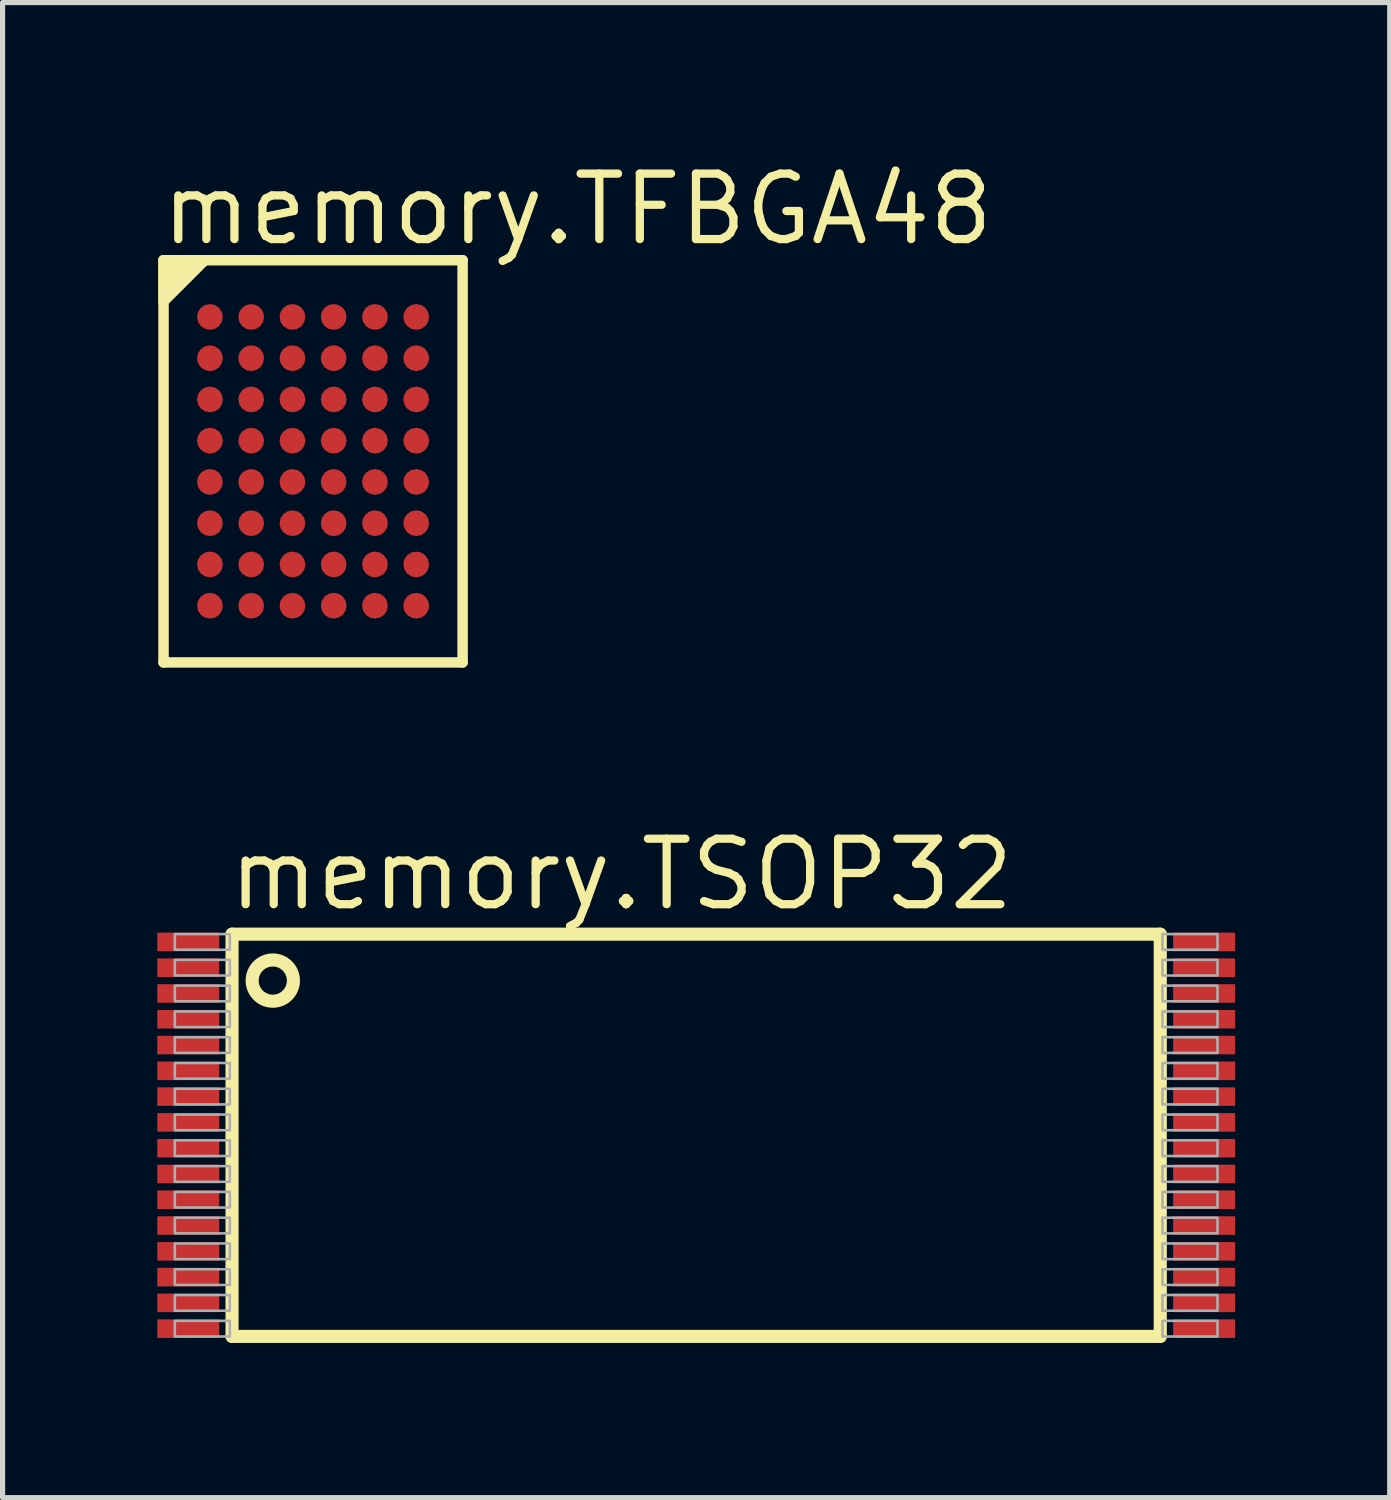
<source format=kicad_pcb>
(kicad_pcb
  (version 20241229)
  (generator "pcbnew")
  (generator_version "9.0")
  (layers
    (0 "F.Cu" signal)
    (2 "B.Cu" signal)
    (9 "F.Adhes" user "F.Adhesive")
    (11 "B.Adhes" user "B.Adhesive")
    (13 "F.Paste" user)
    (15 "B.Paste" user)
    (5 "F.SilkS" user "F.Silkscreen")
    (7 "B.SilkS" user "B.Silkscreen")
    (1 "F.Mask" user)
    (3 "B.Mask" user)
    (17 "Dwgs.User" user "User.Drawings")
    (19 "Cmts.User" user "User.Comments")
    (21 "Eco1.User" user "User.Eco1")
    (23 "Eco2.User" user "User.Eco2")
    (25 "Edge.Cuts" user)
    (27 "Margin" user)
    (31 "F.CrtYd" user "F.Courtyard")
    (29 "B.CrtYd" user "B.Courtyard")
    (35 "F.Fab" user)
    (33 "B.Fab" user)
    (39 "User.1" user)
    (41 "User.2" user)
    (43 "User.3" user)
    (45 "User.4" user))
  (footprint "memory.TFBGA48"
    (layer "F.Cu")
    (at 3.021 5.896)
    (property "Reference" "memory.TFBGA48" (at -3.021 -4.146 0) (layer "F.SilkS") (effects (font (size 1.27 1.27) (thickness 0.16)) (justify left bottom)))
    (attr smd)
    (fp_circle (center -2 -2.8) (end -1.775 -2.8) (stroke (width 0.1) (type default)) (fill no) (layer "F.Mask"))
    (fp_circle (center -2 -2) (end -1.775 -2) (stroke (width 0.1) (type default)) (fill no) (layer "F.Mask"))
    (fp_circle (center -2 -1.2) (end -1.775 -1.2) (stroke (width 0.1) (type default)) (fill no) (layer "F.Mask"))
    (fp_circle (center -2 -0.4) (end -1.775 -0.4) (stroke (width 0.1) (type default)) (fill no) (layer "F.Mask"))
    (fp_circle (center -2 0.4) (end -1.775 0.4) (stroke (width 0.1) (type default)) (fill no) (layer "F.Mask"))
    (fp_circle (center -2 1.2) (end -1.775 1.2) (stroke (width 0.1) (type default)) (fill no) (layer "F.Mask"))
    (fp_circle (center -2 2) (end -1.775 2) (stroke (width 0.1) (type default)) (fill no) (layer "F.Mask"))
    (fp_circle (center -2 2.8) (end -1.775 2.8) (stroke (width 0.1) (type default)) (fill no) (layer "F.Mask"))
    (fp_circle (center -1.2 -2.8) (end -0.975 -2.8) (stroke (width 0.1) (type default)) (fill no) (layer "F.Mask"))
    (fp_circle (center -1.2 -2) (end -0.975 -2) (stroke (width 0.1) (type default)) (fill no) (layer "F.Mask"))
    (fp_circle (center -1.2 -1.2) (end -0.975 -1.2) (stroke (width 0.1) (type default)) (fill no) (layer "F.Mask"))
    (fp_circle (center -1.2 -0.4) (end -0.975 -0.4) (stroke (width 0.1) (type default)) (fill no) (layer "F.Mask"))
    (fp_circle (center -1.2 0.4) (end -0.975 0.4) (stroke (width 0.1) (type default)) (fill no) (layer "F.Mask"))
    (fp_circle (center -1.2 1.2) (end -0.975 1.2) (stroke (width 0.1) (type default)) (fill no) (layer "F.Mask"))
    (fp_circle (center -1.2 2) (end -0.975 2) (stroke (width 0.1) (type default)) (fill no) (layer "F.Mask"))
    (fp_circle (center -1.2 2.8) (end -0.975 2.8) (stroke (width 0.1) (type default)) (fill no) (layer "F.Mask"))
    (fp_circle (center -0.4 -2.8) (end -0.175 -2.8) (stroke (width 0.1) (type default)) (fill no) (layer "F.Mask"))
    (fp_circle (center -0.4 -2) (end -0.175 -2) (stroke (width 0.1) (type default)) (fill no) (layer "F.Mask"))
    (fp_circle (center -0.4 -1.2) (end -0.175 -1.2) (stroke (width 0.1) (type default)) (fill no) (layer "F.Mask"))
    (fp_circle (center -0.4 -0.4) (end -0.175 -0.4) (stroke (width 0.1) (type default)) (fill no) (layer "F.Mask"))
    (fp_circle (center -0.4 0.4) (end -0.175 0.4) (stroke (width 0.1) (type default)) (fill no) (layer "F.Mask"))
    (fp_circle (center -0.4 1.2) (end -0.175 1.2) (stroke (width 0.1) (type default)) (fill no) (layer "F.Mask"))
    (fp_circle (center -0.4 2) (end -0.175 2) (stroke (width 0.1) (type default)) (fill no) (layer "F.Mask"))
    (fp_circle (center -0.4 2.8) (end -0.175 2.8) (stroke (width 0.1) (type default)) (fill no) (layer "F.Mask"))
    (fp_circle (center 0.4 -2.8) (end 0.625 -2.8) (stroke (width 0.1) (type default)) (fill no) (layer "F.Mask"))
    (fp_circle (center 0.4 -2) (end 0.625 -2) (stroke (width 0.1) (type default)) (fill no) (layer "F.Mask"))
    (fp_circle (center 0.4 -1.2) (end 0.625 -1.2) (stroke (width 0.1) (type default)) (fill no) (layer "F.Mask"))
    (fp_circle (center 0.4 -0.4) (end 0.625 -0.4) (stroke (width 0.1) (type default)) (fill no) (layer "F.Mask"))
    (fp_circle (center 0.4 0.4) (end 0.625 0.4) (stroke (width 0.1) (type default)) (fill no) (layer "F.Mask"))
    (fp_circle (center 0.4 1.2) (end 0.625 1.2) (stroke (width 0.1) (type default)) (fill no) (layer "F.Mask"))
    (fp_circle (center 0.4 2) (end 0.625 2) (stroke (width 0.1) (type default)) (fill no) (layer "F.Mask"))
    (fp_circle (center 0.4 2.8) (end 0.625 2.8) (stroke (width 0.1) (type default)) (fill no) (layer "F.Mask"))
    (fp_circle (center 1.2 -2.8) (end 1.425 -2.8) (stroke (width 0.1) (type default)) (fill no) (layer "F.Mask"))
    (fp_circle (center 1.2 -2) (end 1.425 -2) (stroke (width 0.1) (type default)) (fill no) (layer "F.Mask"))
    (fp_circle (center 1.2 -1.2) (end 1.425 -1.2) (stroke (width 0.1) (type default)) (fill no) (layer "F.Mask"))
    (fp_circle (center 1.2 -0.4) (end 1.425 -0.4) (stroke (width 0.1) (type default)) (fill no) (layer "F.Mask"))
    (fp_circle (center 1.2 0.4) (end 1.425 0.4) (stroke (width 0.1) (type default)) (fill no) (layer "F.Mask"))
    (fp_circle (center 1.2 1.2) (end 1.425 1.2) (stroke (width 0.1) (type default)) (fill no) (layer "F.Mask"))
    (fp_circle (center 1.2 2) (end 1.425 2) (stroke (width 0.1) (type default)) (fill no) (layer "F.Mask"))
    (fp_circle (center 1.2 2.8) (end 1.425 2.8) (stroke (width 0.1) (type default)) (fill no) (layer "F.Mask"))
    (fp_circle (center 2 -2.8) (end 2.225 -2.8) (stroke (width 0.1) (type default)) (fill no) (layer "F.Mask"))
    (fp_circle (center 2 -2) (end 2.225 -2) (stroke (width 0.1) (type default)) (fill no) (layer "F.Mask"))
    (fp_circle (center 2 -1.2) (end 2.225 -1.2) (stroke (width 0.1) (type default)) (fill no) (layer "F.Mask"))
    (fp_circle (center 2 -0.4) (end 2.225 -0.4) (stroke (width 0.1) (type default)) (fill no) (layer "F.Mask"))
    (fp_circle (center 2 0.4) (end 2.225 0.4) (stroke (width 0.1) (type default)) (fill no) (layer "F.Mask"))
    (fp_circle (center 2 1.2) (end 2.225 1.2) (stroke (width 0.1) (type default)) (fill no) (layer "F.Mask"))
    (fp_circle (center 2 2) (end 2.225 2) (stroke (width 0.1) (type default)) (fill no) (layer "F.Mask"))
    (fp_circle (center 2 2.8) (end 2.225 2.8) (stroke (width 0.1) (type default)) (fill no) (layer "F.Mask"))
    (fp_line (start -2.9 -3.9) (end 2.9 -3.9) (stroke (width 0.203) (type default)) (layer "F.SilkS"))
    (fp_line (start -2.9 3.9) (end -2.9 -3.9) (stroke (width 0.203) (type default)) (layer "F.SilkS"))
    (fp_line (start 2.9 -3.9) (end 2.9 3.9) (stroke (width 0.203) (type default)) (layer "F.SilkS"))
    (fp_line (start 2.9 3.9) (end -2.9 3.9) (stroke (width 0.203) (type default)) (layer "F.SilkS"))
    (fp_poly (pts (xy -2.9 -3.1) (xy -2.1 -3.9) (xy -2.9 -3.9)) (stroke (width 0.203) (type default)) (fill yes) (layer "F.SilkS"))
    (pad "A1" smd roundrect (at -2 -2.8) (size 0.5 0.5) (layers "F.Cu" "F.Mask" "F.Paste") (roundrect_rratio 0.5))
    (pad "A2" smd roundrect (at -1.2 -2.8) (size 0.5 0.5) (layers "F.Cu" "F.Mask" "F.Paste") (roundrect_rratio 0.5))
    (pad "A3" smd roundrect (at -0.4 -2.8) (size 0.5 0.5) (layers "F.Cu" "F.Mask" "F.Paste") (roundrect_rratio 0.5))
    (pad "A4" smd roundrect (at 0.4 -2.8) (size 0.5 0.5) (layers "F.Cu" "F.Mask" "F.Paste") (roundrect_rratio 0.5))
    (pad "A5" smd roundrect (at 1.2 -2.8) (size 0.5 0.5) (layers "F.Cu" "F.Mask" "F.Paste") (roundrect_rratio 0.5))
    (pad "A6" smd roundrect (at 2 -2.8) (size 0.5 0.5) (layers "F.Cu" "F.Mask" "F.Paste") (roundrect_rratio 0.5))
    (pad "B1" smd roundrect (at -2 -2) (size 0.5 0.5) (layers "F.Cu" "F.Mask" "F.Paste") (roundrect_rratio 0.5))
    (pad "B2" smd roundrect (at -1.2 -2) (size 0.5 0.5) (layers "F.Cu" "F.Mask" "F.Paste") (roundrect_rratio 0.5))
    (pad "B3" smd roundrect (at -0.4 -2) (size 0.5 0.5) (layers "F.Cu" "F.Mask" "F.Paste") (roundrect_rratio 0.5))
    (pad "B4" smd roundrect (at 0.4 -2) (size 0.5 0.5) (layers "F.Cu" "F.Mask" "F.Paste") (roundrect_rratio 0.5))
    (pad "B5" smd roundrect (at 1.2 -2) (size 0.5 0.5) (layers "F.Cu" "F.Mask" "F.Paste") (roundrect_rratio 0.5))
    (pad "B6" smd roundrect (at 2 -2) (size 0.5 0.5) (layers "F.Cu" "F.Mask" "F.Paste") (roundrect_rratio 0.5))
    (pad "C1" smd roundrect (at -2 -1.2) (size 0.5 0.5) (layers "F.Cu" "F.Mask" "F.Paste") (roundrect_rratio 0.5))
    (pad "C2" smd roundrect (at -1.2 -1.2) (size 0.5 0.5) (layers "F.Cu" "F.Mask" "F.Paste") (roundrect_rratio 0.5))
    (pad "C3" smd roundrect (at -0.4 -1.2) (size 0.5 0.5) (layers "F.Cu" "F.Mask" "F.Paste") (roundrect_rratio 0.5))
    (pad "C4" smd roundrect (at 0.4 -1.2) (size 0.5 0.5) (layers "F.Cu" "F.Mask" "F.Paste") (roundrect_rratio 0.5))
    (pad "C5" smd roundrect (at 1.2 -1.2) (size 0.5 0.5) (layers "F.Cu" "F.Mask" "F.Paste") (roundrect_rratio 0.5))
    (pad "C6" smd roundrect (at 2 -1.2) (size 0.5 0.5) (layers "F.Cu" "F.Mask" "F.Paste") (roundrect_rratio 0.5))
    (pad "D1" smd roundrect (at -2 -0.4) (size 0.5 0.5) (layers "F.Cu" "F.Mask" "F.Paste") (roundrect_rratio 0.5))
    (pad "D2" smd roundrect (at -1.2 -0.4) (size 0.5 0.5) (layers "F.Cu" "F.Mask" "F.Paste") (roundrect_rratio 0.5))
    (pad "D3" smd roundrect (at -0.4 -0.4) (size 0.5 0.5) (layers "F.Cu" "F.Mask" "F.Paste") (roundrect_rratio 0.5))
    (pad "D4" smd roundrect (at 0.4 -0.4) (size 0.5 0.5) (layers "F.Cu" "F.Mask" "F.Paste") (roundrect_rratio 0.5))
    (pad "D5" smd roundrect (at 1.2 -0.4) (size 0.5 0.5) (layers "F.Cu" "F.Mask" "F.Paste") (roundrect_rratio 0.5))
    (pad "D6" smd roundrect (at 2 -0.4) (size 0.5 0.5) (layers "F.Cu" "F.Mask" "F.Paste") (roundrect_rratio 0.5))
    (pad "E1" smd roundrect (at -2 0.4) (size 0.5 0.5) (layers "F.Cu" "F.Mask" "F.Paste") (roundrect_rratio 0.5))
    (pad "E2" smd roundrect (at -1.2 0.4) (size 0.5 0.5) (layers "F.Cu" "F.Mask" "F.Paste") (roundrect_rratio 0.5))
    (pad "E3" smd roundrect (at -0.4 0.4) (size 0.5 0.5) (layers "F.Cu" "F.Mask" "F.Paste") (roundrect_rratio 0.5))
    (pad "E4" smd roundrect (at 0.4 0.4) (size 0.5 0.5) (layers "F.Cu" "F.Mask" "F.Paste") (roundrect_rratio 0.5))
    (pad "E5" smd roundrect (at 1.2 0.4) (size 0.5 0.5) (layers "F.Cu" "F.Mask" "F.Paste") (roundrect_rratio 0.5))
    (pad "E6" smd roundrect (at 2 0.4) (size 0.5 0.5) (layers "F.Cu" "F.Mask" "F.Paste") (roundrect_rratio 0.5))
    (pad "F1" smd roundrect (at -2 1.2) (size 0.5 0.5) (layers "F.Cu" "F.Mask" "F.Paste") (roundrect_rratio 0.5))
    (pad "F2" smd roundrect (at -1.2 1.2) (size 0.5 0.5) (layers "F.Cu" "F.Mask" "F.Paste") (roundrect_rratio 0.5))
    (pad "F3" smd roundrect (at -0.4 1.2) (size 0.5 0.5) (layers "F.Cu" "F.Mask" "F.Paste") (roundrect_rratio 0.5))
    (pad "F4" smd roundrect (at 0.4 1.2) (size 0.5 0.5) (layers "F.Cu" "F.Mask" "F.Paste") (roundrect_rratio 0.5))
    (pad "F5" smd roundrect (at 1.2 1.2) (size 0.5 0.5) (layers "F.Cu" "F.Mask" "F.Paste") (roundrect_rratio 0.5))
    (pad "F6" smd roundrect (at 2 1.2) (size 0.5 0.5) (layers "F.Cu" "F.Mask" "F.Paste") (roundrect_rratio 0.5))
    (pad "G1" smd roundrect (at -2 2) (size 0.5 0.5) (layers "F.Cu" "F.Mask" "F.Paste") (roundrect_rratio 0.5))
    (pad "G2" smd roundrect (at -1.2 2) (size 0.5 0.5) (layers "F.Cu" "F.Mask" "F.Paste") (roundrect_rratio 0.5))
    (pad "G3" smd roundrect (at -0.4 2) (size 0.5 0.5) (layers "F.Cu" "F.Mask" "F.Paste") (roundrect_rratio 0.5))
    (pad "G4" smd roundrect (at 0.4 2) (size 0.5 0.5) (layers "F.Cu" "F.Mask" "F.Paste") (roundrect_rratio 0.5))
    (pad "G5" smd roundrect (at 1.2 2) (size 0.5 0.5) (layers "F.Cu" "F.Mask" "F.Paste") (roundrect_rratio 0.5))
    (pad "G6" smd roundrect (at 2 2) (size 0.5 0.5) (layers "F.Cu" "F.Mask" "F.Paste") (roundrect_rratio 0.5))
    (pad "H1" smd roundrect (at -2 2.8) (size 0.5 0.5) (layers "F.Cu" "F.Mask" "F.Paste") (roundrect_rratio 0.5))
    (pad "H2" smd roundrect (at -1.2 2.8) (size 0.5 0.5) (layers "F.Cu" "F.Mask" "F.Paste") (roundrect_rratio 0.5))
    (pad "H3" smd roundrect (at -0.4 2.8) (size 0.5 0.5) (layers "F.Cu" "F.Mask" "F.Paste") (roundrect_rratio 0.5))
    (pad "H4" smd roundrect (at 0.4 2.8) (size 0.5 0.5) (layers "F.Cu" "F.Mask" "F.Paste") (roundrect_rratio 0.5))
    (pad "H5" smd roundrect (at 1.2 2.8) (size 0.5 0.5) (layers "F.Cu" "F.Mask" "F.Paste") (roundrect_rratio 0.5))
    (pad "H6" smd roundrect (at 2 2.8) (size 0.5 0.5) (layers "F.Cu" "F.Mask" "F.Paste") (roundrect_rratio 0.5)))
  (footprint "memory.TSOP32"
    (layer "F.Cu")
    (at 10.45 18.966)
    (property "Reference" "memory.TSOP32" (at -9.144 -4.318 0) (layer "F.SilkS") (effects (font (size 1.27 1.27) (thickness 0.16)) (justify left bottom)))
    (attr smd)
    (fp_line (start -9 -3.9) (end 9 -3.9) (stroke (width 0.254) (type default)) (layer "F.SilkS"))
    (fp_line (start -9 3.9) (end -9 -3.9) (stroke (width 0.254) (type default)) (layer "F.SilkS"))
    (fp_line (start 9 -3.9) (end 9 3.9) (stroke (width 0.254) (type default)) (layer "F.SilkS"))
    (fp_line (start 9 3.9) (end -9 3.9) (stroke (width 0.254) (type default)) (layer "F.SilkS"))
    (fp_circle (center -8.21 -3) (end -7.81 -3) (stroke (width 0.254) (type default)) (fill no) (layer "F.SilkS"))
    (fp_rect (start -10.11 -3.598) (end -9.043 -3.902) (stroke (width 0.05) (type default)) (fill no) (layer "F.Fab"))
    (fp_rect (start -10.11 -3.098) (end -9.043 -3.402) (stroke (width 0.05) (type default)) (fill no) (layer "F.Fab"))
    (fp_rect (start -10.11 -2.598) (end -9.043 -2.902) (stroke (width 0.05) (type default)) (fill no) (layer "F.Fab"))
    (fp_rect (start -10.11 -2.098) (end -9.043 -2.402) (stroke (width 0.05) (type default)) (fill no) (layer "F.Fab"))
    (fp_rect (start -10.11 -1.598) (end -9.043 -1.902) (stroke (width 0.05) (type default)) (fill no) (layer "F.Fab"))
    (fp_rect (start -10.11 -1.098) (end -9.043 -1.402) (stroke (width 0.05) (type default)) (fill no) (layer "F.Fab"))
    (fp_rect (start -10.11 -0.598) (end -9.043 -0.902) (stroke (width 0.05) (type default)) (fill no) (layer "F.Fab"))
    (fp_rect (start -10.11 -0.098) (end -9.043 -0.402) (stroke (width 0.05) (type default)) (fill no) (layer "F.Fab"))
    (fp_rect (start -10.11 0.402) (end -9.043 0.098) (stroke (width 0.05) (type default)) (fill no) (layer "F.Fab"))
    (fp_rect (start -10.11 0.902) (end -9.043 0.598) (stroke (width 0.05) (type default)) (fill no) (layer "F.Fab"))
    (fp_rect (start -10.11 1.402) (end -9.043 1.098) (stroke (width 0.05) (type default)) (fill no) (layer "F.Fab"))
    (fp_rect (start -10.11 1.902) (end -9.043 1.598) (stroke (width 0.05) (type default)) (fill no) (layer "F.Fab"))
    (fp_rect (start -10.11 2.402) (end -9.043 2.098) (stroke (width 0.05) (type default)) (fill no) (layer "F.Fab"))
    (fp_rect (start -10.11 2.902) (end -9.043 2.598) (stroke (width 0.05) (type default)) (fill no) (layer "F.Fab"))
    (fp_rect (start -10.11 3.402) (end -9.043 3.098) (stroke (width 0.05) (type default)) (fill no) (layer "F.Fab"))
    (fp_rect (start -10.11 3.902) (end -9.043 3.598) (stroke (width 0.05) (type default)) (fill no) (layer "F.Fab"))
    (fp_rect (start 9.043 -3.598) (end 10.11 -3.902) (stroke (width 0.05) (type default)) (fill no) (layer "F.Fab"))
    (fp_rect (start 9.043 -3.098) (end 10.11 -3.402) (stroke (width 0.05) (type default)) (fill no) (layer "F.Fab"))
    (fp_rect (start 9.043 -2.598) (end 10.11 -2.902) (stroke (width 0.05) (type default)) (fill no) (layer "F.Fab"))
    (fp_rect (start 9.043 -2.098) (end 10.11 -2.402) (stroke (width 0.05) (type default)) (fill no) (layer "F.Fab"))
    (fp_rect (start 9.043 -1.598) (end 10.11 -1.902) (stroke (width 0.05) (type default)) (fill no) (layer "F.Fab"))
    (fp_rect (start 9.043 -1.098) (end 10.11 -1.402) (stroke (width 0.05) (type default)) (fill no) (layer "F.Fab"))
    (fp_rect (start 9.043 -0.598) (end 10.11 -0.902) (stroke (width 0.05) (type default)) (fill no) (layer "F.Fab"))
    (fp_rect (start 9.043 -0.098) (end 10.11 -0.402) (stroke (width 0.05) (type default)) (fill no) (layer "F.Fab"))
    (fp_rect (start 9.043 0.402) (end 10.11 0.098) (stroke (width 0.05) (type default)) (fill no) (layer "F.Fab"))
    (fp_rect (start 9.043 0.902) (end 10.11 0.598) (stroke (width 0.05) (type default)) (fill no) (layer "F.Fab"))
    (fp_rect (start 9.043 1.402) (end 10.11 1.098) (stroke (width 0.05) (type default)) (fill no) (layer "F.Fab"))
    (fp_rect (start 9.043 1.902) (end 10.11 1.598) (stroke (width 0.05) (type default)) (fill no) (layer "F.Fab"))
    (fp_rect (start 9.043 2.402) (end 10.11 2.098) (stroke (width 0.05) (type default)) (fill no) (layer "F.Fab"))
    (fp_rect (start 9.043 2.902) (end 10.11 2.598) (stroke (width 0.05) (type default)) (fill no) (layer "F.Fab"))
    (fp_rect (start 9.043 3.402) (end 10.11 3.098) (stroke (width 0.05) (type default)) (fill no) (layer "F.Fab"))
    (fp_rect (start 9.043 3.902) (end 10.11 3.598) (stroke (width 0.05) (type default)) (fill no) (layer "F.Fab"))
    (pad "1" smd roundrect (at -9.85 -3.75) (size 1.2 0.36) (layers "F.Cu" "F.Mask" "F.Paste") (roundrect_rratio 0.01))
    (pad "2" smd roundrect (at -9.85 -3.25) (size 1.2 0.36) (layers "F.Cu" "F.Mask" "F.Paste") (roundrect_rratio 0.01))
    (pad "3" smd roundrect (at -9.85 -2.75) (size 1.2 0.36) (layers "F.Cu" "F.Mask" "F.Paste") (roundrect_rratio 0.01))
    (pad "4" smd roundrect (at -9.85 -2.25) (size 1.2 0.36) (layers "F.Cu" "F.Mask" "F.Paste") (roundrect_rratio 0.01))
    (pad "5" smd roundrect (at -9.85 -1.75) (size 1.2 0.36) (layers "F.Cu" "F.Mask" "F.Paste") (roundrect_rratio 0.01))
    (pad "6" smd roundrect (at -9.85 -1.25) (size 1.2 0.36) (layers "F.Cu" "F.Mask" "F.Paste") (roundrect_rratio 0.01))
    (pad "7" smd roundrect (at -9.85 -0.75) (size 1.2 0.36) (layers "F.Cu" "F.Mask" "F.Paste") (roundrect_rratio 0.01))
    (pad "8" smd roundrect (at -9.85 -0.25) (size 1.2 0.36) (layers "F.Cu" "F.Mask" "F.Paste") (roundrect_rratio 0.01))
    (pad "9" smd roundrect (at -9.85 0.25) (size 1.2 0.36) (layers "F.Cu" "F.Mask" "F.Paste") (roundrect_rratio 0.01))
    (pad "10" smd roundrect (at -9.85 0.75) (size 1.2 0.36) (layers "F.Cu" "F.Mask" "F.Paste") (roundrect_rratio 0.01))
    (pad "11" smd roundrect (at -9.85 1.25) (size 1.2 0.36) (layers "F.Cu" "F.Mask" "F.Paste") (roundrect_rratio 0.01))
    (pad "12" smd roundrect (at -9.85 1.75) (size 1.2 0.36) (layers "F.Cu" "F.Mask" "F.Paste") (roundrect_rratio 0.01))
    (pad "13" smd roundrect (at -9.85 2.25) (size 1.2 0.36) (layers "F.Cu" "F.Mask" "F.Paste") (roundrect_rratio 0.01))
    (pad "14" smd roundrect (at -9.85 2.75) (size 1.2 0.36) (layers "F.Cu" "F.Mask" "F.Paste") (roundrect_rratio 0.01))
    (pad "15" smd roundrect (at -9.85 3.25) (size 1.2 0.36) (layers "F.Cu" "F.Mask" "F.Paste") (roundrect_rratio 0.01))
    (pad "16" smd roundrect (at -9.85 3.75) (size 1.2 0.36) (layers "F.Cu" "F.Mask" "F.Paste") (roundrect_rratio 0.01))
    (pad "17" smd roundrect (at 9.85 3.75) (size 1.2 0.36) (layers "F.Cu" "F.Mask" "F.Paste") (roundrect_rratio 0.01))
    (pad "18" smd roundrect (at 9.85 3.25) (size 1.2 0.36) (layers "F.Cu" "F.Mask" "F.Paste") (roundrect_rratio 0.01))
    (pad "19" smd roundrect (at 9.85 2.75) (size 1.2 0.36) (layers "F.Cu" "F.Mask" "F.Paste") (roundrect_rratio 0.01))
    (pad "20" smd roundrect (at 9.85 2.25) (size 1.2 0.36) (layers "F.Cu" "F.Mask" "F.Paste") (roundrect_rratio 0.01))
    (pad "21" smd roundrect (at 9.85 1.75) (size 1.2 0.36) (layers "F.Cu" "F.Mask" "F.Paste") (roundrect_rratio 0.01))
    (pad "22" smd roundrect (at 9.85 1.25) (size 1.2 0.36) (layers "F.Cu" "F.Mask" "F.Paste") (roundrect_rratio 0.01))
    (pad "23" smd roundrect (at 9.85 0.75) (size 1.2 0.36) (layers "F.Cu" "F.Mask" "F.Paste") (roundrect_rratio 0.01))
    (pad "24" smd roundrect (at 9.85 0.25) (size 1.2 0.36) (layers "F.Cu" "F.Mask" "F.Paste") (roundrect_rratio 0.01))
    (pad "25" smd roundrect (at 9.85 -0.25) (size 1.2 0.36) (layers "F.Cu" "F.Mask" "F.Paste") (roundrect_rratio 0.01))
    (pad "26" smd roundrect (at 9.85 -0.75) (size 1.2 0.36) (layers "F.Cu" "F.Mask" "F.Paste") (roundrect_rratio 0.01))
    (pad "27" smd roundrect (at 9.85 -1.25) (size 1.2 0.36) (layers "F.Cu" "F.Mask" "F.Paste") (roundrect_rratio 0.01))
    (pad "28" smd roundrect (at 9.85 -1.75) (size 1.2 0.36) (layers "F.Cu" "F.Mask" "F.Paste") (roundrect_rratio 0.01))
    (pad "29" smd roundrect (at 9.85 -2.25) (size 1.2 0.36) (layers "F.Cu" "F.Mask" "F.Paste") (roundrect_rratio 0.01))
    (pad "30" smd roundrect (at 9.85 -2.75) (size 1.2 0.36) (layers "F.Cu" "F.Mask" "F.Paste") (roundrect_rratio 0.01))
    (pad "31" smd roundrect (at 9.85 -3.25) (size 1.2 0.36) (layers "F.Cu" "F.Mask" "F.Paste") (roundrect_rratio 0.01))
    (pad "32" smd roundrect (at 9.85 -3.75) (size 1.2 0.36) (layers "F.Cu" "F.Mask" "F.Paste") (roundrect_rratio 0.01)))
  (gr_rect
    (start -3 -3)
    (end 23.9 25.993)
    (stroke (width 0.1) (type default))
    (fill no)
    (layer "Edge.Cuts")))
</source>
